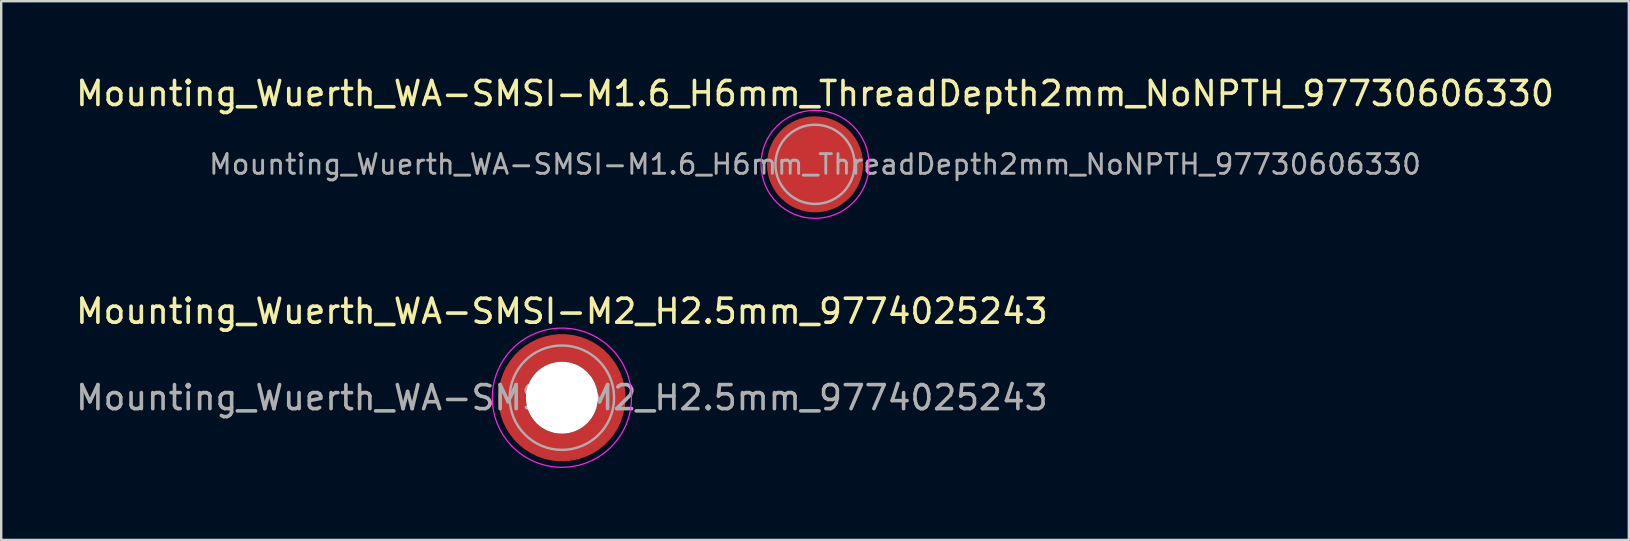
<source format=kicad_pcb>
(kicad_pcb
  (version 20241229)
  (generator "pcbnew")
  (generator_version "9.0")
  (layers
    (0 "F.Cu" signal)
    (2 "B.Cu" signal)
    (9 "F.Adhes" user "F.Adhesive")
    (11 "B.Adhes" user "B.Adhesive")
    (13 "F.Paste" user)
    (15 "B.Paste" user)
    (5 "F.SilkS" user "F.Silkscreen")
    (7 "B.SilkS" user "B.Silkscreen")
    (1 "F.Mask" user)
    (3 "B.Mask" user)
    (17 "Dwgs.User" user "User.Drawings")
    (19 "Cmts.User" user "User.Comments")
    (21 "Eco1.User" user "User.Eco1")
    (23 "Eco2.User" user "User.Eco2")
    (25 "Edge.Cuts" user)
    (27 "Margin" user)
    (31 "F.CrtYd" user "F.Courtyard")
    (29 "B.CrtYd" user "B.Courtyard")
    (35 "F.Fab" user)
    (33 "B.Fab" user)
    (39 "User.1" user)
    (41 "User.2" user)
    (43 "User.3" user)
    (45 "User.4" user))
  (footprint "Mounting_Wuerth_WA-SMSI-M2_H2.5mm_9774025243"
    (layer "F.Cu")
    (at 20.363 13.521)
    (property "Reference" "Mounting_Wuerth_WA-SMSI-M2_H2.5mm_9774025243" (at 0 -3.6 0) (layer "F.SilkS") (effects (font (size 1 1) (thickness 0.15))))
    (property "Mouser Part no." "" (at 0 0 0) (layer "F.Fab") (effects (font (size 1.27 1.27) (thickness 0.15))))
    (property "Mouser link" "" (at 0 0 0) (layer "F.Fab") (effects (font (size 1.27 1.27) (thickness 0.15))))
    (attr smd)
    (fp_circle (center 0 0) (end 2.9 0) (stroke (width 0.05) (type solid)) (fill no) (layer "F.CrtYd"))
    (fp_circle (center 0 0) (end 2.175 0) (stroke (width 0.1) (type solid)) (fill no) (layer "F.Fab"))
    (fp_text user "${REFERENCE}" (at 0 0 0) (layer "F.Fab") (effects (font (size 1 1) (thickness 0.15))))
    (pad "" smd custom (at -1.453 -1.453) (size 0.61 0.61) (layers "F.Paste") (options (anchor circle)) (primitives (gr_arc (start -0.147677 1.053104) (mid 0.285964 0.286792) (end 1.051968 -0.147393) (width 0.2)) (gr_arc (start -0.240295 1.053104) (mid 0.22253 0.222946) (end 1.052531 -0.24016) (width 0.2)) (gr_arc (start -0.332645 1.053104) (mid 0.158548 0.15965) (end 1.051583 -0.332304) (width 0.2)) (gr_arc (start -0.424767 1.053104) (mid 0.09486 0.096059) (end 1.051446 -0.424413) (width 0.2)) (gr_arc (start -0.516693 1.053104) (mid 0.031293 0.032346) (end 1.051645 -0.516396) (width 0.2)) (gr_arc (start -0.608448 1.053104) (mid -0.032323 -0.031316) (end 1.051707 -0.608176) (width 0.2)) (gr_arc (start -0.700056 1.053104) (mid -0.09616 -0.094758) (end 1.051155 -0.699693) (width 0.2)) (gr_arc (start -0.791534 1.053104) (mid -0.160388 -0.15781) (end 1.049515 -0.790891) (width 0.2)) (gr_arc (start -0.882896 1.053104) (mid -0.223713 -0.221764) (end 1.050388 -0.882429) (width 0.2)) (gr_arc (start -0.974157 1.053104) (mid -0.287654 -0.285101) (end 1.049541 -0.973567) (width 0.2)) (gr_line (start 1.053 -0.148) (end 1.053 -0.974) (width 0.2)) (gr_line (start -0.148 1.053) (end -0.974 1.053) (width 0.2))))
    (pad "" smd custom (at -1.453 1.453) (size 0.61 0.61) (layers "F.Paste") (options (anchor circle)) (primitives (gr_arc (start 1.053104 0.147677) (mid 0.286792 -0.285964) (end -0.147393 -1.051968) (width 0.2)) (gr_arc (start 1.053104 0.240295) (mid 0.222946 -0.22253) (end -0.24016 -1.052531) (width 0.2)) (gr_arc (start 1.053104 0.332645) (mid 0.15965 -0.158548) (end -0.332304 -1.051583) (width 0.2)) (gr_arc (start 1.053104 0.424767) (mid 0.096059 -0.09486) (end -0.424413 -1.051446) (width 0.2)) (gr_arc (start 1.053104 0.516693) (mid 0.032346 -0.031293) (end -0.516396 -1.051645) (width 0.2)) (gr_arc (start 1.053104 0.608448) (mid -0.031316 0.032323) (end -0.608176 -1.051707) (width 0.2)) (gr_arc (start 1.053104 0.700056) (mid -0.094758 0.09616) (end -0.699693 -1.051155) (width 0.2)) (gr_arc (start 1.053104 0.791534) (mid -0.15781 0.160388) (end -0.790891 -1.049515) (width 0.2)) (gr_arc (start 1.053104 0.882896) (mid -0.221764 0.223713) (end -0.882429 -1.050388) (width 0.2)) (gr_arc (start 1.053104 0.974157) (mid -0.285101 0.287654) (end -0.973567 -1.049541) (width 0.2)) (gr_line (start -0.148 -1.053) (end -0.974 -1.053) (width 0.2)) (gr_line (start 1.053 0.148) (end 1.053 0.974) (width 0.2))))
    (pad "" np_thru_hole circle (at 0 0) (size 3 3) (drill 3) (layers "*.Cu" "*.Mask"))
    (pad "" smd custom (at 1.453 -1.453) (size 0.61 0.61) (layers "F.Paste") (options (anchor circle)) (primitives (gr_arc (start -1.053104 -0.147677) (mid -0.286792 0.285964) (end 0.147393 1.051968) (width 0.2)) (gr_arc (start -1.053104 -0.240295) (mid -0.222946 0.22253) (end 0.24016 1.052531) (width 0.2)) (gr_arc (start -1.053104 -0.332645) (mid -0.15965 0.158548) (end 0.332304 1.051583) (width 0.2)) (gr_arc (start -1.053104 -0.424767) (mid -0.096059 0.09486) (end 0.424413 1.051446) (width 0.2)) (gr_arc (start -1.053104 -0.516693) (mid -0.032346 0.031293) (end 0.516396 1.051645) (width 0.2)) (gr_arc (start -1.053104 -0.608448) (mid 0.031316 -0.032323) (end 0.608176 1.051707) (width 0.2)) (gr_arc (start -1.053104 -0.700056) (mid 0.094758 -0.09616) (end 0.699693 1.051155) (width 0.2)) (gr_arc (start -1.053104 -0.791534) (mid 0.15781 -0.160388) (end 0.790891 1.049515) (width 0.2)) (gr_arc (start -1.053104 -0.882896) (mid 0.221764 -0.223713) (end 0.882429 1.050388) (width 0.2)) (gr_arc (start -1.053104 -0.974157) (mid 0.285101 -0.287654) (end 0.973567 1.049541) (width 0.2)) (gr_line (start 0.148 1.053) (end 0.974 1.053) (width 0.2)) (gr_line (start -1.053 -0.148) (end -1.053 -0.974) (width 0.2))))
    (pad "" smd custom (at 1.453 1.453) (size 0.61 0.61) (layers "F.Paste") (options (anchor circle)) (primitives (gr_arc (start 0.147677 -1.053104) (mid -0.285964 -0.286792) (end -1.051968 0.147393) (width 0.2)) (gr_arc (start 0.240295 -1.053104) (mid -0.22253 -0.222946) (end -1.052531 0.24016) (width 0.2)) (gr_arc (start 0.332645 -1.053104) (mid -0.158548 -0.15965) (end -1.051583 0.332304) (width 0.2)) (gr_arc (start 0.424767 -1.053104) (mid -0.09486 -0.096059) (end -1.051446 0.424413) (width 0.2)) (gr_arc (start 0.516693 -1.053104) (mid -0.031293 -0.032346) (end -1.051645 0.516396) (width 0.2)) (gr_arc (start 0.608448 -1.053104) (mid 0.032323 0.031316) (end -1.051707 0.608176) (width 0.2)) (gr_arc (start 0.700056 -1.053104) (mid 0.09616 0.094758) (end -1.051155 0.699693) (width 0.2)) (gr_arc (start 0.791534 -1.053104) (mid 0.160388 0.15781) (end -1.049515 0.790891) (width 0.2)) (gr_arc (start 0.882896 -1.053104) (mid 0.223713 0.221764) (end -1.050388 0.882429) (width 0.2)) (gr_arc (start 0.974157 -1.053104) (mid 0.287654 0.285101) (end -1.049541 0.973567) (width 0.2)) (gr_line (start -1.053 0.148) (end -1.053 0.974) (width 0.2)) (gr_line (start 0.148 -1.053) (end 0.974 -1.053) (width 0.2))))
    (pad "1" smd circle (at -2.075 0) (size 0.75 0.75) (layers "F.Cu"))
    (pad "1" smd circle (at 0 -2.075) (size 0.75 0.75) (layers "F.Cu"))
    (pad "1" smd circle (at 0 2.075) (size 0.75 0.75) (layers "F.Cu"))
    (pad "1" smd custom (at 2.075 0) (size 0.75 0.75) (layers "F.Cu" "F.Mask") (options (anchor circle)) (primitives (gr_circle (center -2.075 0) (end 0 0) (width 1.15) (fill no)))))
  (footprint "Mounting_Wuerth_WA-SMSI-M1.6_H6mm_ThreadDepth2mm_NoNPTH_97730606330"
    (layer "F.Cu")
    (at 30.911 3.798)
    (property "Reference" "Mounting_Wuerth_WA-SMSI-M1.6_H6mm_ThreadDepth2mm_NoNPTH_97730606330" (at 0 -2.95 0) (layer "F.SilkS") (effects (font (size 1 1) (thickness 0.15))))
    (property "Mouser Part no." "" (at 0 0 0) (layer "F.Fab") (effects (font (size 1.27 1.27) (thickness 0.15))))
    (property "Mouser link" "" (at 0 0 0) (layer "F.Fab") (effects (font (size 1.27 1.27) (thickness 0.15))))
    (attr smd)
    (fp_circle (center 0 0) (end 2.25 0) (stroke (width 0.05) (type solid)) (fill no) (layer "F.CrtYd"))
    (fp_circle (center 0 0) (end 1.65 0) (stroke (width 0.1) (type solid)) (fill no) (layer "F.Fab"))
    (fp_text user "${REFERENCE}" (at 0 0 0) (layer "F.Fab") (effects (font (size 0.82 0.82) (thickness 0.12))))
    (pad "" smd custom (at -0.778 -0.778) (size 1.2 1.2) (layers "F.Paste") (options (anchor circle)) (primitives (gr_arc (start 0.465568 0.527817) (mid 0.494887 0.495062) (end 0.527624 0.465723) (width 0.2)) (gr_arc (start 0.344805 0.527817) (mid 0.424264 0.424264) (end 0.527818 0.344805) (width 0.2)) (gr_arc (start 0.232382 0.527817) (mid 0.353364 0.353743) (end 0.527329 0.232606) (width 0.2)) (gr_arc (start 0.123983 0.527817) (mid 0.282626 0.28306) (end 0.527243 0.124203) (width 0.2)) (gr_arc (start 0.017883 0.527817) (mid 0.211737 0.212527) (end 0.526755 0.018233) (width 0.2)) (gr_arc (start -0.086763 0.527817) (mid 0.141173 0.14167) (end 0.527142 -0.086568) (width 0.2)) (gr_arc (start -0.190428 0.527817) (mid 0.070433 0.070988) (end 0.527057 -0.190232) (width 0.2)) (gr_arc (start -0.293397 0.527817) (mid -0.000182 0.000182) (end 0.527315 -0.29328) (width 0.2)) (gr_arc (start -0.395852 0.527817) (mid -0.071085 -0.070336) (end 0.526781 -0.395631) (width 0.2)) (gr_arc (start -0.497918 0.527817) (mid -0.141622 -0.141221) (end 0.52726 -0.497809) (width 0.2)) (gr_arc (start -0.59968 0.527817) (mid -0.212364 -0.2119) (end 0.527171 -0.599563) (width 0.2)) (gr_arc (start -0.701202 0.527817) (mid -0.282952 -0.282733) (end 0.527511 -0.70115) (width 0.2)) (gr_arc (start -0.802531 0.527817) (mid -0.353765 -0.353343) (end 0.527227 -0.802438) (width 0.2)) (gr_arc (start -0.9037 0.527817) (mid -0.425176 -0.423352) (end 0.525265 -0.903319) (width 0.2)) (gr_arc (start -1.004737 0.527817) (mid -0.49534 -0.49461) (end 0.526794 -1.004593) (width 0.2)) (gr_line (start 0.528 0.466) (end 0.528 -1.005) (width 0.2)) (gr_line (start 0.466 0.528) (end -1.005 0.528) (width 0.2))))
    (pad "" smd custom (at -0.778 0.778) (size 1.2 1.2) (layers "F.Paste") (options (anchor circle)) (primitives (gr_arc (start 0.527817 -0.465568) (mid 0.495062 -0.494887) (end 0.465723 -0.527624) (width 0.2)) (gr_arc (start 0.527817 -0.344805) (mid 0.424264 -0.424264) (end 0.344805 -0.527818) (width 0.2)) (gr_arc (start 0.527817 -0.232382) (mid 0.353743 -0.353364) (end 0.232606 -0.527329) (width 0.2)) (gr_arc (start 0.527817 -0.123983) (mid 0.28306 -0.282626) (end 0.124203 -0.527243) (width 0.2)) (gr_arc (start 0.527817 -0.017883) (mid 0.212527 -0.211737) (end 0.018233 -0.526755) (width 0.2)) (gr_arc (start 0.527817 0.086763) (mid 0.14167 -0.141173) (end -0.086568 -0.527142) (width 0.2)) (gr_arc (start 0.527817 0.190428) (mid 0.070988 -0.070433) (end -0.190232 -0.527057) (width 0.2)) (gr_arc (start 0.527817 0.293397) (mid 0.000182 0.000182) (end -0.29328 -0.527315) (width 0.2)) (gr_arc (start 0.527817 0.395852) (mid -0.070336 0.071085) (end -0.395631 -0.526781) (width 0.2)) (gr_arc (start 0.527817 0.497918) (mid -0.141221 0.141622) (end -0.497809 -0.52726) (width 0.2)) (gr_arc (start 0.527817 0.59968) (mid -0.2119 0.212364) (end -0.599563 -0.527171) (width 0.2)) (gr_arc (start 0.527817 0.701202) (mid -0.282733 0.282952) (end -0.70115 -0.527511) (width 0.2)) (gr_arc (start 0.527817 0.802531) (mid -0.353343 0.353765) (end -0.802438 -0.527227) (width 0.2)) (gr_arc (start 0.527817 0.9037) (mid -0.423352 0.425176) (end -0.903319 -0.525265) (width 0.2)) (gr_arc (start 0.527817 1.004737) (mid -0.49461 0.49534) (end -1.004593 -0.526794) (width 0.2)) (gr_line (start 0.466 -0.528) (end -1.005 -0.528) (width 0.2)) (gr_line (start 0.528 -0.466) (end 0.528 1.005) (width 0.2))))
    (pad "" smd custom (at 0.778 -0.778) (size 1.2 1.2) (layers "F.Paste") (options (anchor circle)) (primitives (gr_arc (start -0.527817 0.465568) (mid -0.495062 0.494887) (end -0.465723 0.527624) (width 0.2)) (gr_arc (start -0.527817 0.344805) (mid -0.424264 0.424264) (end -0.344805 0.527818) (width 0.2)) (gr_arc (start -0.527817 0.232382) (mid -0.353743 0.353364) (end -0.232606 0.527329) (width 0.2)) (gr_arc (start -0.527817 0.123983) (mid -0.28306 0.282626) (end -0.124203 0.527243) (width 0.2)) (gr_arc (start -0.527817 0.017883) (mid -0.212527 0.211737) (end -0.018233 0.526755) (width 0.2)) (gr_arc (start -0.527817 -0.086763) (mid -0.14167 0.141173) (end 0.086568 0.527142) (width 0.2)) (gr_arc (start -0.527817 -0.190428) (mid -0.070988 0.070433) (end 0.190232 0.527057) (width 0.2)) (gr_arc (start -0.527817 -0.293397) (mid -0.000182 -0.000182) (end 0.29328 0.527315) (width 0.2)) (gr_arc (start -0.527817 -0.395852) (mid 0.070336 -0.071085) (end 0.395631 0.526781) (width 0.2)) (gr_arc (start -0.527817 -0.497918) (mid 0.141221 -0.141622) (end 0.497809 0.52726) (width 0.2)) (gr_arc (start -0.527817 -0.59968) (mid 0.2119 -0.212364) (end 0.599563 0.527171) (width 0.2)) (gr_arc (start -0.527817 -0.701202) (mid 0.282733 -0.282952) (end 0.70115 0.527511) (width 0.2)) (gr_arc (start -0.527817 -0.802531) (mid 0.353343 -0.353765) (end 0.802438 0.527227) (width 0.2)) (gr_arc (start -0.527817 -0.9037) (mid 0.423352 -0.425176) (end 0.903319 0.525265) (width 0.2)) (gr_arc (start -0.527817 -1.004737) (mid 0.49461 -0.49534) (end 1.004593 0.526794) (width 0.2)) (gr_line (start -0.466 0.528) (end 1.005 0.528) (width 0.2)) (gr_line (start -0.528 0.466) (end -0.528 -1.005) (width 0.2))))
    (pad "" smd custom (at 0.778 0.778) (size 1.2 1.2) (layers "F.Paste") (options (anchor circle)) (primitives (gr_arc (start -0.465568 -0.527817) (mid -0.494887 -0.495062) (end -0.527624 -0.465723) (width 0.2)) (gr_arc (start -0.344805 -0.527817) (mid -0.424264 -0.424264) (end -0.527818 -0.344805) (width 0.2)) (gr_arc (start -0.232382 -0.527817) (mid -0.353364 -0.353743) (end -0.527329 -0.232606) (width 0.2)) (gr_arc (start -0.123983 -0.527817) (mid -0.282626 -0.28306) (end -0.527243 -0.124203) (width 0.2)) (gr_arc (start -0.017883 -0.527817) (mid -0.211737 -0.212527) (end -0.526755 -0.018233) (width 0.2)) (gr_arc (start 0.086763 -0.527817) (mid -0.141173 -0.14167) (end -0.527142 0.086568) (width 0.2)) (gr_arc (start 0.190428 -0.527817) (mid -0.070433 -0.070988) (end -0.527057 0.190232) (width 0.2)) (gr_arc (start 0.293397 -0.527817) (mid 0.000182 -0.000182) (end -0.527315 0.29328) (width 0.2)) (gr_arc (start 0.395852 -0.527817) (mid 0.071085 0.070336) (end -0.526781 0.395631) (width 0.2)) (gr_arc (start 0.497918 -0.527817) (mid 0.141622 0.141221) (end -0.52726 0.497809) (width 0.2)) (gr_arc (start 0.59968 -0.527817) (mid 0.212364 0.2119) (end -0.527171 0.599563) (width 0.2)) (gr_arc (start 0.701202 -0.527817) (mid 0.282952 0.282733) (end -0.527511 0.70115) (width 0.2)) (gr_arc (start 0.802531 -0.527817) (mid 0.353765 0.353343) (end -0.527227 0.802438) (width 0.2)) (gr_arc (start 0.9037 -0.527817) (mid 0.425176 0.423352) (end -0.525265 0.903319) (width 0.2)) (gr_arc (start 1.004737 -0.527817) (mid 0.49534 0.49461) (end -0.526794 1.004593) (width 0.2)) (gr_line (start -0.528 -0.466) (end -0.528 1.005) (width 0.2)) (gr_line (start -0.466 -0.528) (end 1.005 -0.528) (width 0.2))))
    (pad "1" smd circle (at 0 0) (size 4 4) (layers "F.Cu" "F.Mask")))
  (gr_rect
    (start -3 -3)
    (end 64.821 19.447)
    (stroke (width 0.1) (type default))
    (fill no)
    (layer "Edge.Cuts")))
</source>
